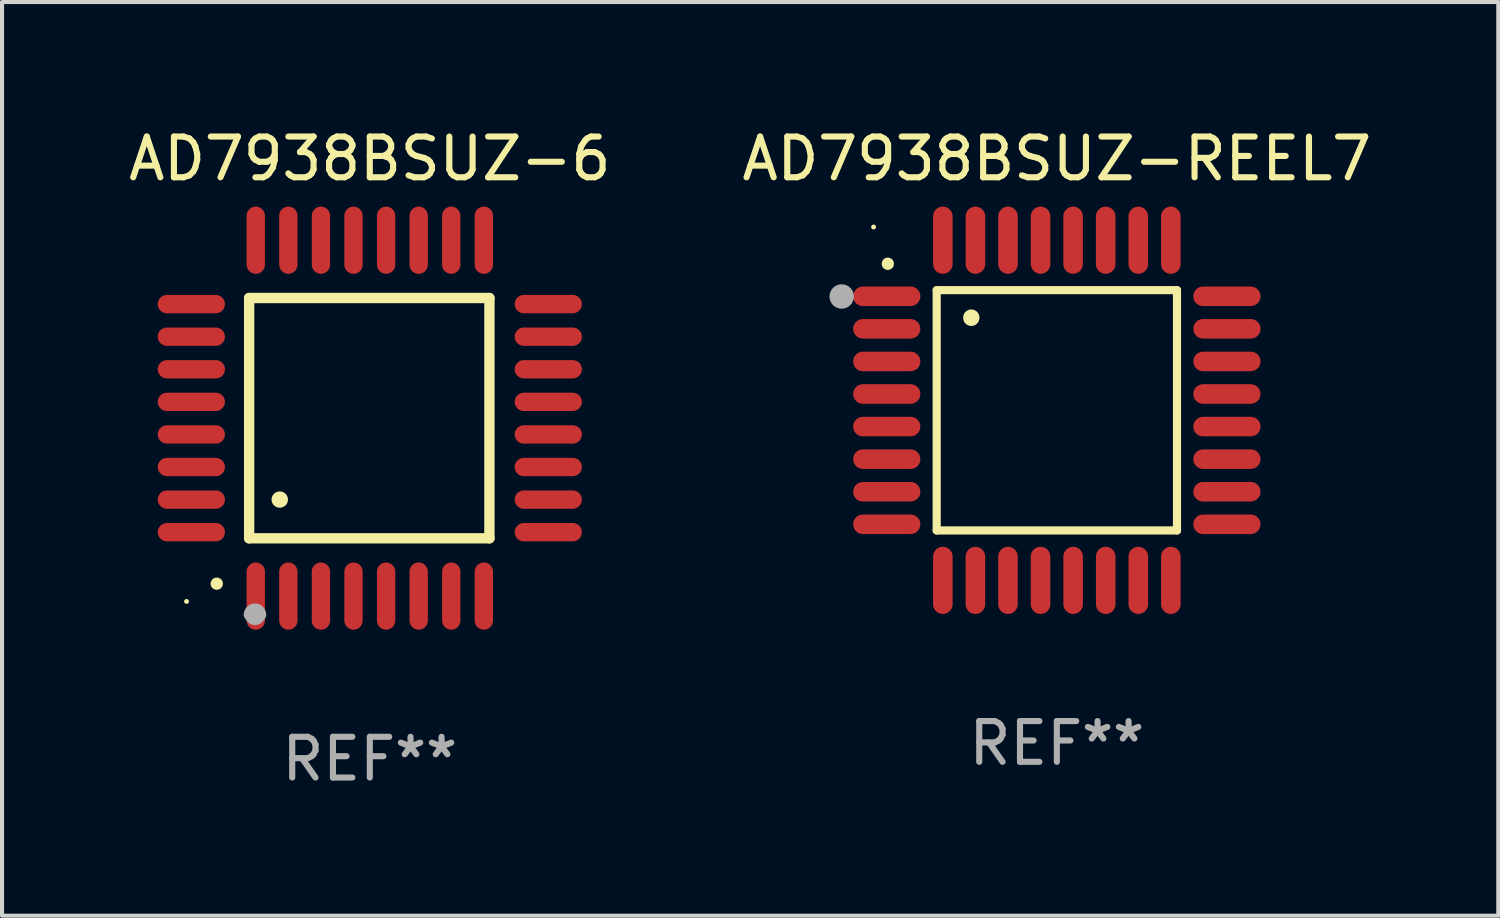
<source format=kicad_pcb>
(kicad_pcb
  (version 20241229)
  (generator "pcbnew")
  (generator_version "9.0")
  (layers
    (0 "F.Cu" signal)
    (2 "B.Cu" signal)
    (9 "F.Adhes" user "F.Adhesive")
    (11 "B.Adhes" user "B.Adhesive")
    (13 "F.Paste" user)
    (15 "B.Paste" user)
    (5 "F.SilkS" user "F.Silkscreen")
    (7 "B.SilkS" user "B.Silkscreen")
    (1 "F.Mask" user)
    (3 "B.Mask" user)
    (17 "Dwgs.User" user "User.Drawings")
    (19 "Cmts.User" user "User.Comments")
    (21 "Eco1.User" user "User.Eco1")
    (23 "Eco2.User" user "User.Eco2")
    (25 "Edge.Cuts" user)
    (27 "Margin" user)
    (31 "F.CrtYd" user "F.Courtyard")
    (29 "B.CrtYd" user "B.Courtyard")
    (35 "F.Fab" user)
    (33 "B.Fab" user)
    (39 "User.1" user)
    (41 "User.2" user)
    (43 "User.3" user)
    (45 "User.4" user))
  (footprint "AD7938BSUZ-REEL7"
    (layer "F.Cu")
    (at 22.899 7.024)
    (property "Reference" "AD7938BSUZ-REEL7" (at 0 -6.176 0) (layer "F.SilkS") (effects (font (size 1 1) (thickness 0.15))))
    (attr through_hole)
    (fp_line (start -2.95 -2.95) (end -2.95 2.95) (stroke (width 0.2) (type solid)) (layer "F.SilkS"))
    (fp_line (start -2.95 2.95) (end 2.95 2.95) (stroke (width 0.2) (type solid)) (layer "F.SilkS"))
    (fp_line (start 2.95 -2.95) (end -2.95 -2.95) (stroke (width 0.2) (type solid)) (layer "F.SilkS"))
    (fp_line (start 2.95 2.95) (end 2.95 -2.95) (stroke (width 0.2) (type solid)) (layer "F.SilkS"))
    (fp_arc (start -4.150178 -3.596622) (mid -4.150183 -3.597892) (end -4.150178 -3.599162) (stroke (width 0.3) (type solid)) (layer "F.SilkS"))
    (fp_arc (start -2.100394 -2.270739) (mid -2.10041 -2.273279) (end -2.100394 -2.275819) (stroke (width 0.4) (type solid)) (layer "F.SilkS"))
    (fp_circle (center -4.5 -4.5) (end -4.47 -4.5) (stroke (width 0.06) (type solid)) (fill no) (layer "F.SilkS"))
    (fp_circle (center -5.283 -2.794) (end -5.133 -2.794) (stroke (width 0.3) (type solid)) (fill no) (layer "F.Fab"))
    (fp_text user "REF**" (at 0 8.176 0) (layer "F.Fab") (effects (font (size 1 1) (thickness 0.15))))
    (pad "1" smd oval (at -4.176 -2.799 90) (size 0.48 1.65) (layers "F.Cu" "F.Mask" "F.Paste"))
    (pad "2" smd oval (at -4.176 -2 90) (size 0.48 1.65) (layers "F.Cu" "F.Mask" "F.Paste"))
    (pad "3" smd oval (at -4.176 -1.2 90) (size 0.48 1.65) (layers "F.Cu" "F.Mask" "F.Paste"))
    (pad "4" smd oval (at -4.176 -0.4 90) (size 0.48 1.65) (layers "F.Cu" "F.Mask" "F.Paste"))
    (pad "5" smd oval (at -4.176 0.4 90) (size 0.48 1.65) (layers "F.Cu" "F.Mask" "F.Paste"))
    (pad "6" smd oval (at -4.176 1.2 90) (size 0.48 1.65) (layers "F.Cu" "F.Mask" "F.Paste"))
    (pad "7" smd oval (at -4.176 2 90) (size 0.48 1.65) (layers "F.Cu" "F.Mask" "F.Paste"))
    (pad "8" smd oval (at -4.176 2.799 90) (size 0.48 1.65) (layers "F.Cu" "F.Mask" "F.Paste"))
    (pad "9" smd oval (at -2.799 4.176) (size 0.48 1.65) (layers "F.Cu" "F.Mask" "F.Paste"))
    (pad "10" smd oval (at -2 4.176) (size 0.48 1.65) (layers "F.Cu" "F.Mask" "F.Paste"))
    (pad "11" smd oval (at -1.2 4.176) (size 0.48 1.65) (layers "F.Cu" "F.Mask" "F.Paste"))
    (pad "12" smd oval (at -0.4 4.176) (size 0.48 1.65) (layers "F.Cu" "F.Mask" "F.Paste"))
    (pad "13" smd oval (at 0.4 4.176) (size 0.48 1.65) (layers "F.Cu" "F.Mask" "F.Paste"))
    (pad "14" smd oval (at 1.2 4.176) (size 0.48 1.65) (layers "F.Cu" "F.Mask" "F.Paste"))
    (pad "15" smd oval (at 2 4.176) (size 0.48 1.65) (layers "F.Cu" "F.Mask" "F.Paste"))
    (pad "16" smd oval (at 2.799 4.176) (size 0.48 1.65) (layers "F.Cu" "F.Mask" "F.Paste"))
    (pad "17" smd oval (at 4.176 2.799 90) (size 0.48 1.65) (layers "F.Cu" "F.Mask" "F.Paste"))
    (pad "18" smd oval (at 4.176 2 90) (size 0.48 1.65) (layers "F.Cu" "F.Mask" "F.Paste"))
    (pad "19" smd oval (at 4.176 1.2 90) (size 0.48 1.65) (layers "F.Cu" "F.Mask" "F.Paste"))
    (pad "20" smd oval (at 4.176 0.4 90) (size 0.48 1.65) (layers "F.Cu" "F.Mask" "F.Paste"))
    (pad "21" smd oval (at 4.176 -0.4 90) (size 0.48 1.65) (layers "F.Cu" "F.Mask" "F.Paste"))
    (pad "22" smd oval (at 4.176 -1.2 90) (size 0.48 1.65) (layers "F.Cu" "F.Mask" "F.Paste"))
    (pad "23" smd oval (at 4.176 -2 90) (size 0.48 1.65) (layers "F.Cu" "F.Mask" "F.Paste"))
    (pad "24" smd oval (at 4.176 -2.799 90) (size 0.48 1.65) (layers "F.Cu" "F.Mask" "F.Paste"))
    (pad "25" smd oval (at 2.799 -4.176) (size 0.48 1.65) (layers "F.Cu" "F.Mask" "F.Paste"))
    (pad "26" smd oval (at 1.999 -4.176) (size 0.48 1.65) (layers "F.Cu" "F.Mask" "F.Paste"))
    (pad "27" smd oval (at 1.199 -4.176) (size 0.48 1.65) (layers "F.Cu" "F.Mask" "F.Paste"))
    (pad "28" smd oval (at 0.399 -4.176) (size 0.48 1.65) (layers "F.Cu" "F.Mask" "F.Paste"))
    (pad "29" smd oval (at -0.399 -4.176) (size 0.48 1.65) (layers "F.Cu" "F.Mask" "F.Paste"))
    (pad "30" smd oval (at -1.199 -4.176) (size 0.48 1.65) (layers "F.Cu" "F.Mask" "F.Paste"))
    (pad "31" smd oval (at -1.999 -4.176) (size 0.48 1.65) (layers "F.Cu" "F.Mask" "F.Paste"))
    (pad "32" smd oval (at -2.799 -4.176) (size 0.48 1.65) (layers "F.Cu" "F.Mask" "F.Paste")))
  (footprint "AD7938BSUZ-6"
    (layer "F.Cu")
    (at 6.03 7.217)
    (property "Reference" "AD7938BSUZ-6" (at 0 -6.369 0) (layer "F.SilkS") (effects (font (size 1 1) (thickness 0.15))))
    (attr through_hole)
    (fp_line (start -2.963 -2.95) (end -2.963 2.95) (stroke (width 0.254) (type solid)) (layer "F.SilkS"))
    (fp_line (start -2.963 2.95) (end 2.937 2.95) (stroke (width 0.254) (type solid)) (layer "F.SilkS"))
    (fp_line (start 2.937 -2.95) (end -2.963 -2.95) (stroke (width 0.254) (type solid)) (layer "F.SilkS"))
    (fp_line (start 2.937 2.95) (end 2.937 -2.95) (stroke (width 0.254) (type solid)) (layer "F.SilkS"))
    (fp_arc (start -3.759208 4.064008) (mid -3.757938 4.064003) (end -3.756668 4.064008) (stroke (width 0.3) (type solid)) (layer "F.SilkS"))
    (fp_arc (start -2.212344 1.998984) (mid -2.211074 1.99898) (end -2.209804 1.998984) (stroke (width 0.4) (type solid)) (layer "F.SilkS"))
    (fp_circle (center -4.5 4.5) (end -4.47 4.5) (stroke (width 0.06) (type solid)) (fill no) (layer "F.SilkS"))
    (fp_arc (start -2.967489 4.82601) (mid -2.819406 4.677927) (end -2.671323 4.82601) (stroke (width 0.254001) (type solid)) (layer "F.Fab"))
    (fp_arc (start -2.967488 4.82601) (mid -2.819406 4.791053) (end -2.671324 4.82601) (stroke (width 0.254001) (type solid)) (layer "F.Fab"))
    (fp_circle (center -2.819 4.826) (end -2.692 4.826) (stroke (width 0.254) (type solid)) (fill no) (layer "F.Fab"))
    (fp_text user "REF**" (at 0 8.369 0) (layer "F.Fab") (effects (font (size 1 1) (thickness 0.15))))
    (pad "1" smd oval (at -2.8 4.369) (size 0.45 1.65) (layers "F.Cu" "F.Mask" "F.Paste"))
    (pad "2" smd oval (at -2 4.369) (size 0.45 1.65) (layers "F.Cu" "F.Mask" "F.Paste"))
    (pad "3" smd oval (at -1.2 4.369) (size 0.45 1.65) (layers "F.Cu" "F.Mask" "F.Paste"))
    (pad "4" smd oval (at -0.4 4.369) (size 0.45 1.65) (layers "F.Cu" "F.Mask" "F.Paste"))
    (pad "5" smd oval (at 0.4 4.369) (size 0.45 1.65) (layers "F.Cu" "F.Mask" "F.Paste"))
    (pad "6" smd oval (at 1.2 4.369) (size 0.45 1.65) (layers "F.Cu" "F.Mask" "F.Paste"))
    (pad "7" smd oval (at 2 4.369) (size 0.45 1.65) (layers "F.Cu" "F.Mask" "F.Paste"))
    (pad "8" smd oval (at 2.8 4.369) (size 0.45 1.65) (layers "F.Cu" "F.Mask" "F.Paste"))
    (pad "9" smd oval (at 4.382 2.8) (size 1.65 0.45) (layers "F.Cu" "F.Mask" "F.Paste"))
    (pad "10" smd oval (at 4.382 2) (size 1.65 0.45) (layers "F.Cu" "F.Mask" "F.Paste"))
    (pad "11" smd oval (at 4.382 1.2) (size 1.65 0.45) (layers "F.Cu" "F.Mask" "F.Paste"))
    (pad "12" smd oval (at 4.382 0.4) (size 1.65 0.45) (layers "F.Cu" "F.Mask" "F.Paste"))
    (pad "13" smd oval (at 4.382 -0.4) (size 1.65 0.45) (layers "F.Cu" "F.Mask" "F.Paste"))
    (pad "14" smd oval (at 4.382 -1.2) (size 1.65 0.45) (layers "F.Cu" "F.Mask" "F.Paste"))
    (pad "15" smd oval (at 4.382 -2) (size 1.65 0.45) (layers "F.Cu" "F.Mask" "F.Paste"))
    (pad "16" smd oval (at 4.382 -2.8) (size 1.65 0.45) (layers "F.Cu" "F.Mask" "F.Paste"))
    (pad "17" smd oval (at 2.8 -4.369) (size 0.45 1.65) (layers "F.Cu" "F.Mask" "F.Paste"))
    (pad "18" smd oval (at 2 -4.369) (size 0.45 1.65) (layers "F.Cu" "F.Mask" "F.Paste"))
    (pad "19" smd oval (at 1.2 -4.369) (size 0.45 1.65) (layers "F.Cu" "F.Mask" "F.Paste"))
    (pad "20" smd oval (at 0.4 -4.369) (size 0.45 1.65) (layers "F.Cu" "F.Mask" "F.Paste"))
    (pad "21" smd oval (at -0.4 -4.369) (size 0.45 1.65) (layers "F.Cu" "F.Mask" "F.Paste"))
    (pad "22" smd oval (at -1.2 -4.369) (size 0.45 1.65) (layers "F.Cu" "F.Mask" "F.Paste"))
    (pad "23" smd oval (at -2 -4.369) (size 0.45 1.65) (layers "F.Cu" "F.Mask" "F.Paste"))
    (pad "24" smd oval (at -2.8 -4.369) (size 0.45 1.65) (layers "F.Cu" "F.Mask" "F.Paste"))
    (pad "25" smd oval (at -4.382 -2.8) (size 1.65 0.45) (layers "F.Cu" "F.Mask" "F.Paste"))
    (pad "26" smd oval (at -4.382 -2) (size 1.65 0.45) (layers "F.Cu" "F.Mask" "F.Paste"))
    (pad "27" smd oval (at -4.382 -1.2) (size 1.65 0.45) (layers "F.Cu" "F.Mask" "F.Paste"))
    (pad "28" smd oval (at -4.382 -0.4) (size 1.65 0.45) (layers "F.Cu" "F.Mask" "F.Paste"))
    (pad "29" smd oval (at -4.382 0.4) (size 1.65 0.45) (layers "F.Cu" "F.Mask" "F.Paste"))
    (pad "30" smd oval (at -4.382 1.2) (size 1.65 0.45) (layers "F.Cu" "F.Mask" "F.Paste"))
    (pad "31" smd oval (at -4.382 2) (size 1.65 0.45) (layers "F.Cu" "F.Mask" "F.Paste"))
    (pad "32" smd oval (at -4.382 2.8) (size 1.65 0.45) (layers "F.Cu" "F.Mask" "F.Paste")))
  (gr_rect
    (start -3 -3)
    (end 33.738 19.434)
    (stroke (width 0.1) (type default))
    (fill no)
    (layer "Edge.Cuts")))
</source>
